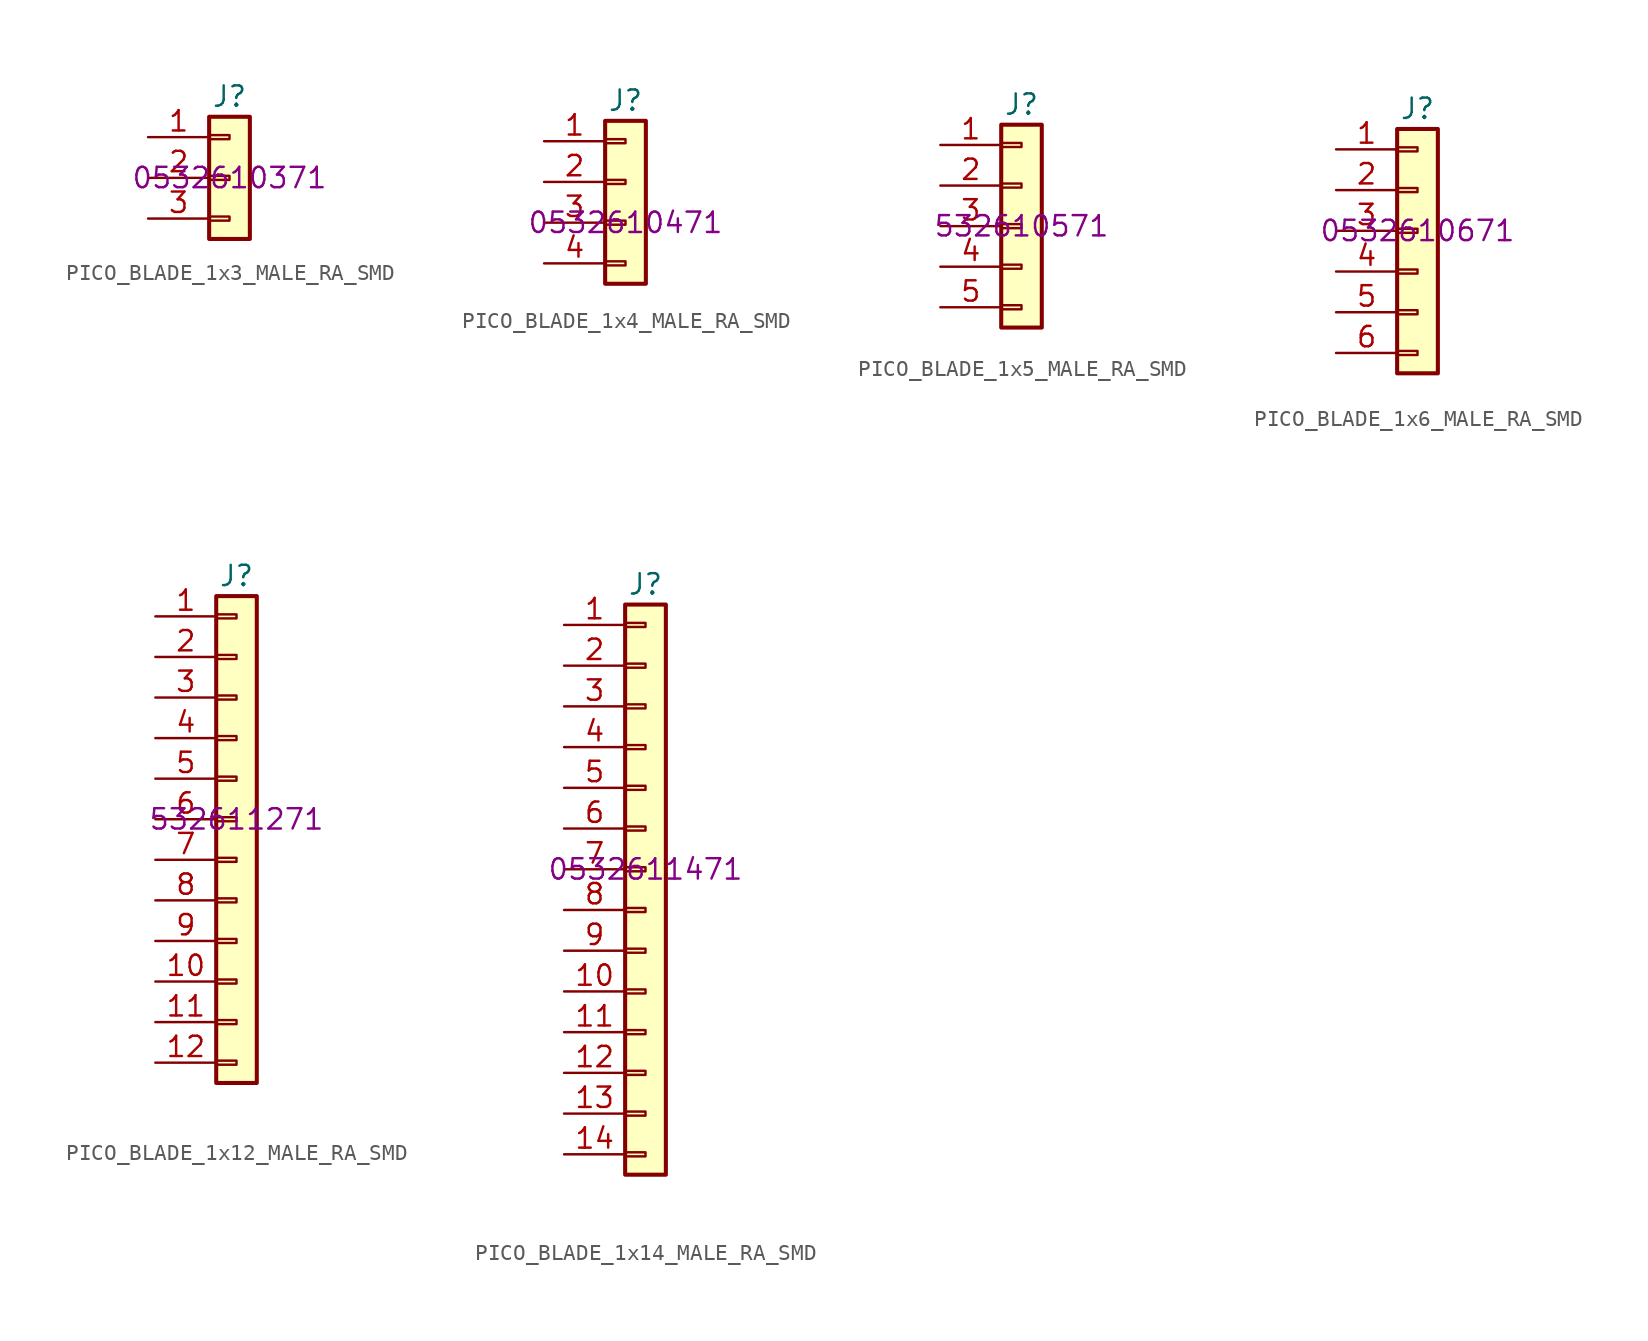
<source format=kicad_sym>
(kicad_symbol_lib
  (version 20220914)
  (generator kicad_symbol_editor)
  (symbol "PICO_BLADE_1x3_MALE_RA_SMD"
    (pin_names
      (offset 1.016) hide)
    (property "Reference" "J"
      (at 0 5.08 0)
      (effects (font (size 1.27 1.27))))
    (property "Manufacturer Part Number" "0532610371"
      (at 0 0 0)
      (effects (font (size 1.27 1.27))))
    (symbol "PICO_BLADE_1x3_MALE_RA_SMD_1_1"
      (rectangle (start -1.27 -2.413) (end 0 -2.667) (stroke (width 0.152) (type default)) (fill (type none)))
      (rectangle (start -1.27 0.127) (end 0 -0.127) (stroke (width 0.152) (type default)) (fill (type none)))
      (rectangle (start -1.27 2.667) (end 0 2.413) (stroke (width 0.152) (type default)) (fill (type none)))
      (rectangle (start -1.27 3.81) (end 1.27 -3.81) (stroke (width 0.254) (type default)) (fill (type background)))
      (pin passive line (at -5.08 2.54 0) (length 3.81) (name "Pin_1" (effects (font (size 1.27 1.27)))) (number "1" (effects (font (size 1.27 1.27)))))
      (pin passive line (at -5.08 0 0) (length 3.81) (name "Pin_2" (effects (font (size 1.27 1.27)))) (number "2" (effects (font (size 1.27 1.27)))))
      (pin passive line (at -5.08 -2.54 0) (length 3.81) (name "Pin_3" (effects (font (size 1.27 1.27)))) (number "3" (effects (font (size 1.27 1.27)))))))
  (symbol "PICO_BLADE_1x4_MALE_RA_SMD"
    (pin_names
      (offset 1.016) hide)
    (property "Reference" "J"
      (at 0 7.62 0)
      (effects (font (size 1.27 1.27))))
    (property "Manufacturer Part Number" "0532610471"
      (at 0 0 0)
      (effects (font (size 1.27 1.27))))
    (symbol "PICO_BLADE_1x4_MALE_RA_SMD_1_1"
      (rectangle (start -1.27 -2.413) (end 0 -2.667) (stroke (width 0.152) (type default)) (fill (type none)))
      (rectangle (start -1.27 0.127) (end 0 -0.127) (stroke (width 0.152) (type default)) (fill (type none)))
      (rectangle (start -1.27 2.667) (end 0 2.413) (stroke (width 0.152) (type default)) (fill (type none)))
      (rectangle (start -1.27 5.207) (end 0 4.953) (stroke (width 0.152) (type default)) (fill (type none)))
      (rectangle (start -1.27 6.35) (end 1.27 -3.81) (stroke (width 0.254) (type default)) (fill (type background)))
      (pin passive line (at -5.08 5.08 0) (length 3.81) (name "Pin_1" (effects (font (size 1.27 1.27)))) (number "1" (effects (font (size 1.27 1.27)))))
      (pin passive line (at -5.08 2.54 0) (length 3.81) (name "Pin_2" (effects (font (size 1.27 1.27)))) (number "2" (effects (font (size 1.27 1.27)))))
      (pin passive line (at -5.08 0 0) (length 3.81) (name "Pin_3" (effects (font (size 1.27 1.27)))) (number "3" (effects (font (size 1.27 1.27)))))
      (pin passive line (at -5.08 -2.54 0) (length 3.81) (name "Pin_4" (effects (font (size 1.27 1.27)))) (number "4" (effects (font (size 1.27 1.27)))))))
  (symbol "PICO_BLADE_1x5_MALE_RA_SMD"
    (pin_names
      (offset 1.016) hide)
    (property "Reference" "J"
      (at 0 7.62 0)
      (effects (font (size 1.27 1.27))))
    (property "Manufacturer Part Number" "532610571"
      (at 0 0 0)
      (effects (font (size 1.27 1.27))))
    (symbol "PICO_BLADE_1x5_MALE_RA_SMD_1_1"
      (rectangle (start -1.27 -4.953) (end 0 -5.207) (stroke (width 0.152) (type default)) (fill (type none)))
      (rectangle (start -1.27 -2.413) (end 0 -2.667) (stroke (width 0.152) (type default)) (fill (type none)))
      (rectangle (start -1.27 0.127) (end 0 -0.127) (stroke (width 0.152) (type default)) (fill (type none)))
      (rectangle (start -1.27 2.667) (end 0 2.413) (stroke (width 0.152) (type default)) (fill (type none)))
      (rectangle (start -1.27 5.207) (end 0 4.953) (stroke (width 0.152) (type default)) (fill (type none)))
      (rectangle (start -1.27 6.35) (end 1.27 -6.35) (stroke (width 0.254) (type default)) (fill (type background)))
      (pin passive line (at -5.08 5.08 0) (length 3.81) (name "Pin_1" (effects (font (size 1.27 1.27)))) (number "1" (effects (font (size 1.27 1.27)))))
      (pin passive line (at -5.08 2.54 0) (length 3.81) (name "Pin_2" (effects (font (size 1.27 1.27)))) (number "2" (effects (font (size 1.27 1.27)))))
      (pin passive line (at -5.08 0 0) (length 3.81) (name "Pin_3" (effects (font (size 1.27 1.27)))) (number "3" (effects (font (size 1.27 1.27)))))
      (pin passive line (at -5.08 -2.54 0) (length 3.81) (name "Pin_4" (effects (font (size 1.27 1.27)))) (number "4" (effects (font (size 1.27 1.27)))))
      (pin passive line (at -5.08 -5.08 0) (length 3.81) (name "Pin_5" (effects (font (size 1.27 1.27)))) (number "5" (effects (font (size 1.27 1.27)))))))
  (symbol "PICO_BLADE_1x6_MALE_RA_SMD"
    (pin_names
      (offset 1.016) hide)
    (property "Reference" "J"
      (at 0 7.62 0)
      (effects (font (size 1.27 1.27))))
    (property "Manufacturer Part Number" "0532610671"
      (at 0 0 0)
      (effects (font (size 1.27 1.27))))
    (symbol "PICO_BLADE_1x6_MALE_RA_SMD_1_1"
      (rectangle (start -1.27 -7.493) (end 0 -7.747) (stroke (width 0.152) (type default)) (fill (type none)))
      (rectangle (start -1.27 -4.953) (end 0 -5.207) (stroke (width 0.152) (type default)) (fill (type none)))
      (rectangle (start -1.27 -2.413) (end 0 -2.667) (stroke (width 0.152) (type default)) (fill (type none)))
      (rectangle (start -1.27 0.127) (end 0 -0.127) (stroke (width 0.152) (type default)) (fill (type none)))
      (rectangle (start -1.27 2.667) (end 0 2.413) (stroke (width 0.152) (type default)) (fill (type none)))
      (rectangle (start -1.27 5.207) (end 0 4.953) (stroke (width 0.152) (type default)) (fill (type none)))
      (rectangle (start -1.27 6.35) (end 1.27 -8.89) (stroke (width 0.254) (type default)) (fill (type background)))
      (pin passive line (at -5.08 5.08 0) (length 3.81) (name "Pin_1" (effects (font (size 1.27 1.27)))) (number "1" (effects (font (size 1.27 1.27)))))
      (pin passive line (at -5.08 2.54 0) (length 3.81) (name "Pin_2" (effects (font (size 1.27 1.27)))) (number "2" (effects (font (size 1.27 1.27)))))
      (pin passive line (at -5.08 0 0) (length 3.81) (name "Pin_3" (effects (font (size 1.27 1.27)))) (number "3" (effects (font (size 1.27 1.27)))))
      (pin passive line (at -5.08 -2.54 0) (length 3.81) (name "Pin_4" (effects (font (size 1.27 1.27)))) (number "4" (effects (font (size 1.27 1.27)))))
      (pin passive line (at -5.08 -5.08 0) (length 3.81) (name "Pin_5" (effects (font (size 1.27 1.27)))) (number "5" (effects (font (size 1.27 1.27)))))
      (pin passive line (at -5.08 -7.62 0) (length 3.81) (name "Pin_6" (effects (font (size 1.27 1.27)))) (number "6" (effects (font (size 1.27 1.27)))))))
  (symbol "PICO_BLADE_1x12_MALE_RA_SMD"
    (pin_names
      (offset 1.016) hide)
    (property "Reference" "J"
      (at 0 15.24 0)
      (effects (font (size 1.27 1.27))))
    (property "Manufacturer Part Number" "532611271"
      (at 0 0 0)
      (effects (font (size 1.27 1.27))))
    (symbol "PICO_BLADE_1x12_MALE_RA_SMD_1_1"
      (rectangle (start -1.27 -15.113) (end 0 -15.367) (stroke (width 0.152) (type default)) (fill (type none)))
      (rectangle (start -1.27 -12.573) (end 0 -12.827) (stroke (width 0.152) (type default)) (fill (type none)))
      (rectangle (start -1.27 -10.033) (end 0 -10.287) (stroke (width 0.152) (type default)) (fill (type none)))
      (rectangle (start -1.27 -7.493) (end 0 -7.747) (stroke (width 0.152) (type default)) (fill (type none)))
      (rectangle (start -1.27 -4.953) (end 0 -5.207) (stroke (width 0.152) (type default)) (fill (type none)))
      (rectangle (start -1.27 -2.413) (end 0 -2.667) (stroke (width 0.152) (type default)) (fill (type none)))
      (rectangle (start -1.27 0.127) (end 0 -0.127) (stroke (width 0.152) (type default)) (fill (type none)))
      (rectangle (start -1.27 2.667) (end 0 2.413) (stroke (width 0.152) (type default)) (fill (type none)))
      (rectangle (start -1.27 5.207) (end 0 4.953) (stroke (width 0.152) (type default)) (fill (type none)))
      (rectangle (start -1.27 7.747) (end 0 7.493) (stroke (width 0.152) (type default)) (fill (type none)))
      (rectangle (start -1.27 10.287) (end 0 10.033) (stroke (width 0.152) (type default)) (fill (type none)))
      (rectangle (start -1.27 12.827) (end 0 12.573) (stroke (width 0.152) (type default)) (fill (type none)))
      (rectangle (start -1.27 13.97) (end 1.27 -16.51) (stroke (width 0.254) (type default)) (fill (type background)))
      (pin passive line (at -5.08 12.7 0) (length 3.81) (name "Pin_1" (effects (font (size 1.27 1.27)))) (number "1" (effects (font (size 1.27 1.27)))))
      (pin passive line (at -5.08 -10.16 0) (length 3.81) (name "Pin_10" (effects (font (size 1.27 1.27)))) (number "10" (effects (font (size 1.27 1.27)))))
      (pin passive line (at -5.08 -12.7 0) (length 3.81) (name "Pin_11" (effects (font (size 1.27 1.27)))) (number "11" (effects (font (size 1.27 1.27)))))
      (pin passive line (at -5.08 -15.24 0) (length 3.81) (name "Pin_12" (effects (font (size 1.27 1.27)))) (number "12" (effects (font (size 1.27 1.27)))))
      (pin passive line (at -5.08 10.16 0) (length 3.81) (name "Pin_2" (effects (font (size 1.27 1.27)))) (number "2" (effects (font (size 1.27 1.27)))))
      (pin passive line (at -5.08 7.62 0) (length 3.81) (name "Pin_3" (effects (font (size 1.27 1.27)))) (number "3" (effects (font (size 1.27 1.27)))))
      (pin passive line (at -5.08 5.08 0) (length 3.81) (name "Pin_4" (effects (font (size 1.27 1.27)))) (number "4" (effects (font (size 1.27 1.27)))))
      (pin passive line (at -5.08 2.54 0) (length 3.81) (name "Pin_5" (effects (font (size 1.27 1.27)))) (number "5" (effects (font (size 1.27 1.27)))))
      (pin passive line (at -5.08 0 0) (length 3.81) (name "Pin_6" (effects (font (size 1.27 1.27)))) (number "6" (effects (font (size 1.27 1.27)))))
      (pin passive line (at -5.08 -2.54 0) (length 3.81) (name "Pin_7" (effects (font (size 1.27 1.27)))) (number "7" (effects (font (size 1.27 1.27)))))
      (pin passive line (at -5.08 -5.08 0) (length 3.81) (name "Pin_8" (effects (font (size 1.27 1.27)))) (number "8" (effects (font (size 1.27 1.27)))))
      (pin passive line (at -5.08 -7.62 0) (length 3.81) (name "Pin_9" (effects (font (size 1.27 1.27)))) (number "9" (effects (font (size 1.27 1.27)))))))
  (symbol "PICO_BLADE_1x14_MALE_RA_SMD"
    (pin_names
      (offset 1.016) hide)
    (property "Reference" "J"
      (at 0 17.78 0)
      (effects (font (size 1.27 1.27))))
    (property "Manufacturer Part Number" "0532611471"
      (at 0 0 0)
      (effects (font (size 1.27 1.27))))
    (symbol "PICO_BLADE_1x14_MALE_RA_SMD_1_1"
      (rectangle (start -1.27 -17.653) (end 0 -17.907) (stroke (width 0.152) (type default)) (fill (type none)))
      (rectangle (start -1.27 -15.113) (end 0 -15.367) (stroke (width 0.152) (type default)) (fill (type none)))
      (rectangle (start -1.27 -12.573) (end 0 -12.827) (stroke (width 0.152) (type default)) (fill (type none)))
      (rectangle (start -1.27 -10.033) (end 0 -10.287) (stroke (width 0.152) (type default)) (fill (type none)))
      (rectangle (start -1.27 -7.493) (end 0 -7.747) (stroke (width 0.152) (type default)) (fill (type none)))
      (rectangle (start -1.27 -4.953) (end 0 -5.207) (stroke (width 0.152) (type default)) (fill (type none)))
      (rectangle (start -1.27 -2.413) (end 0 -2.667) (stroke (width 0.152) (type default)) (fill (type none)))
      (rectangle (start -1.27 0.127) (end 0 -0.127) (stroke (width 0.152) (type default)) (fill (type none)))
      (rectangle (start -1.27 2.667) (end 0 2.413) (stroke (width 0.152) (type default)) (fill (type none)))
      (rectangle (start -1.27 5.207) (end 0 4.953) (stroke (width 0.152) (type default)) (fill (type none)))
      (rectangle (start -1.27 7.747) (end 0 7.493) (stroke (width 0.152) (type default)) (fill (type none)))
      (rectangle (start -1.27 10.287) (end 0 10.033) (stroke (width 0.152) (type default)) (fill (type none)))
      (rectangle (start -1.27 12.827) (end 0 12.573) (stroke (width 0.152) (type default)) (fill (type none)))
      (rectangle (start -1.27 15.367) (end 0 15.113) (stroke (width 0.152) (type default)) (fill (type none)))
      (rectangle (start -1.27 16.51) (end 1.27 -19.05) (stroke (width 0.254) (type default)) (fill (type background)))
      (pin passive line (at -5.08 15.24 0) (length 3.81) (name "Pin_1" (effects (font (size 1.27 1.27)))) (number "1" (effects (font (size 1.27 1.27)))))
      (pin passive line (at -5.08 -7.62 0) (length 3.81) (name "Pin_10" (effects (font (size 1.27 1.27)))) (number "10" (effects (font (size 1.27 1.27)))))
      (pin passive line (at -5.08 -10.16 0) (length 3.81) (name "Pin_11" (effects (font (size 1.27 1.27)))) (number "11" (effects (font (size 1.27 1.27)))))
      (pin passive line (at -5.08 -12.7 0) (length 3.81) (name "Pin_12" (effects (font (size 1.27 1.27)))) (number "12" (effects (font (size 1.27 1.27)))))
      (pin passive line (at -5.08 -15.24 0) (length 3.81) (name "Pin_13" (effects (font (size 1.27 1.27)))) (number "13" (effects (font (size 1.27 1.27)))))
      (pin passive line (at -5.08 -17.78 0) (length 3.81) (name "Pin_14" (effects (font (size 1.27 1.27)))) (number "14" (effects (font (size 1.27 1.27)))))
      (pin passive line (at -5.08 12.7 0) (length 3.81) (name "Pin_2" (effects (font (size 1.27 1.27)))) (number "2" (effects (font (size 1.27 1.27)))))
      (pin passive line (at -5.08 10.16 0) (length 3.81) (name "Pin_3" (effects (font (size 1.27 1.27)))) (number "3" (effects (font (size 1.27 1.27)))))
      (pin passive line (at -5.08 7.62 0) (length 3.81) (name "Pin_4" (effects (font (size 1.27 1.27)))) (number "4" (effects (font (size 1.27 1.27)))))
      (pin passive line (at -5.08 5.08 0) (length 3.81) (name "Pin_5" (effects (font (size 1.27 1.27)))) (number "5" (effects (font (size 1.27 1.27)))))
      (pin passive line (at -5.08 2.54 0) (length 3.81) (name "Pin_6" (effects (font (size 1.27 1.27)))) (number "6" (effects (font (size 1.27 1.27)))))
      (pin passive line (at -5.08 0 0) (length 3.81) (name "Pin_7" (effects (font (size 1.27 1.27)))) (number "7" (effects (font (size 1.27 1.27)))))
      (pin passive line (at -5.08 -2.54 0) (length 3.81) (name "Pin_8" (effects (font (size 1.27 1.27)))) (number "8" (effects (font (size 1.27 1.27)))))
      (pin passive line (at -5.08 -5.08 0) (length 3.81) (name "Pin_9" (effects (font (size 1.27 1.27)))) (number "9" (effects (font (size 1.27 1.27))))))))
</source>
